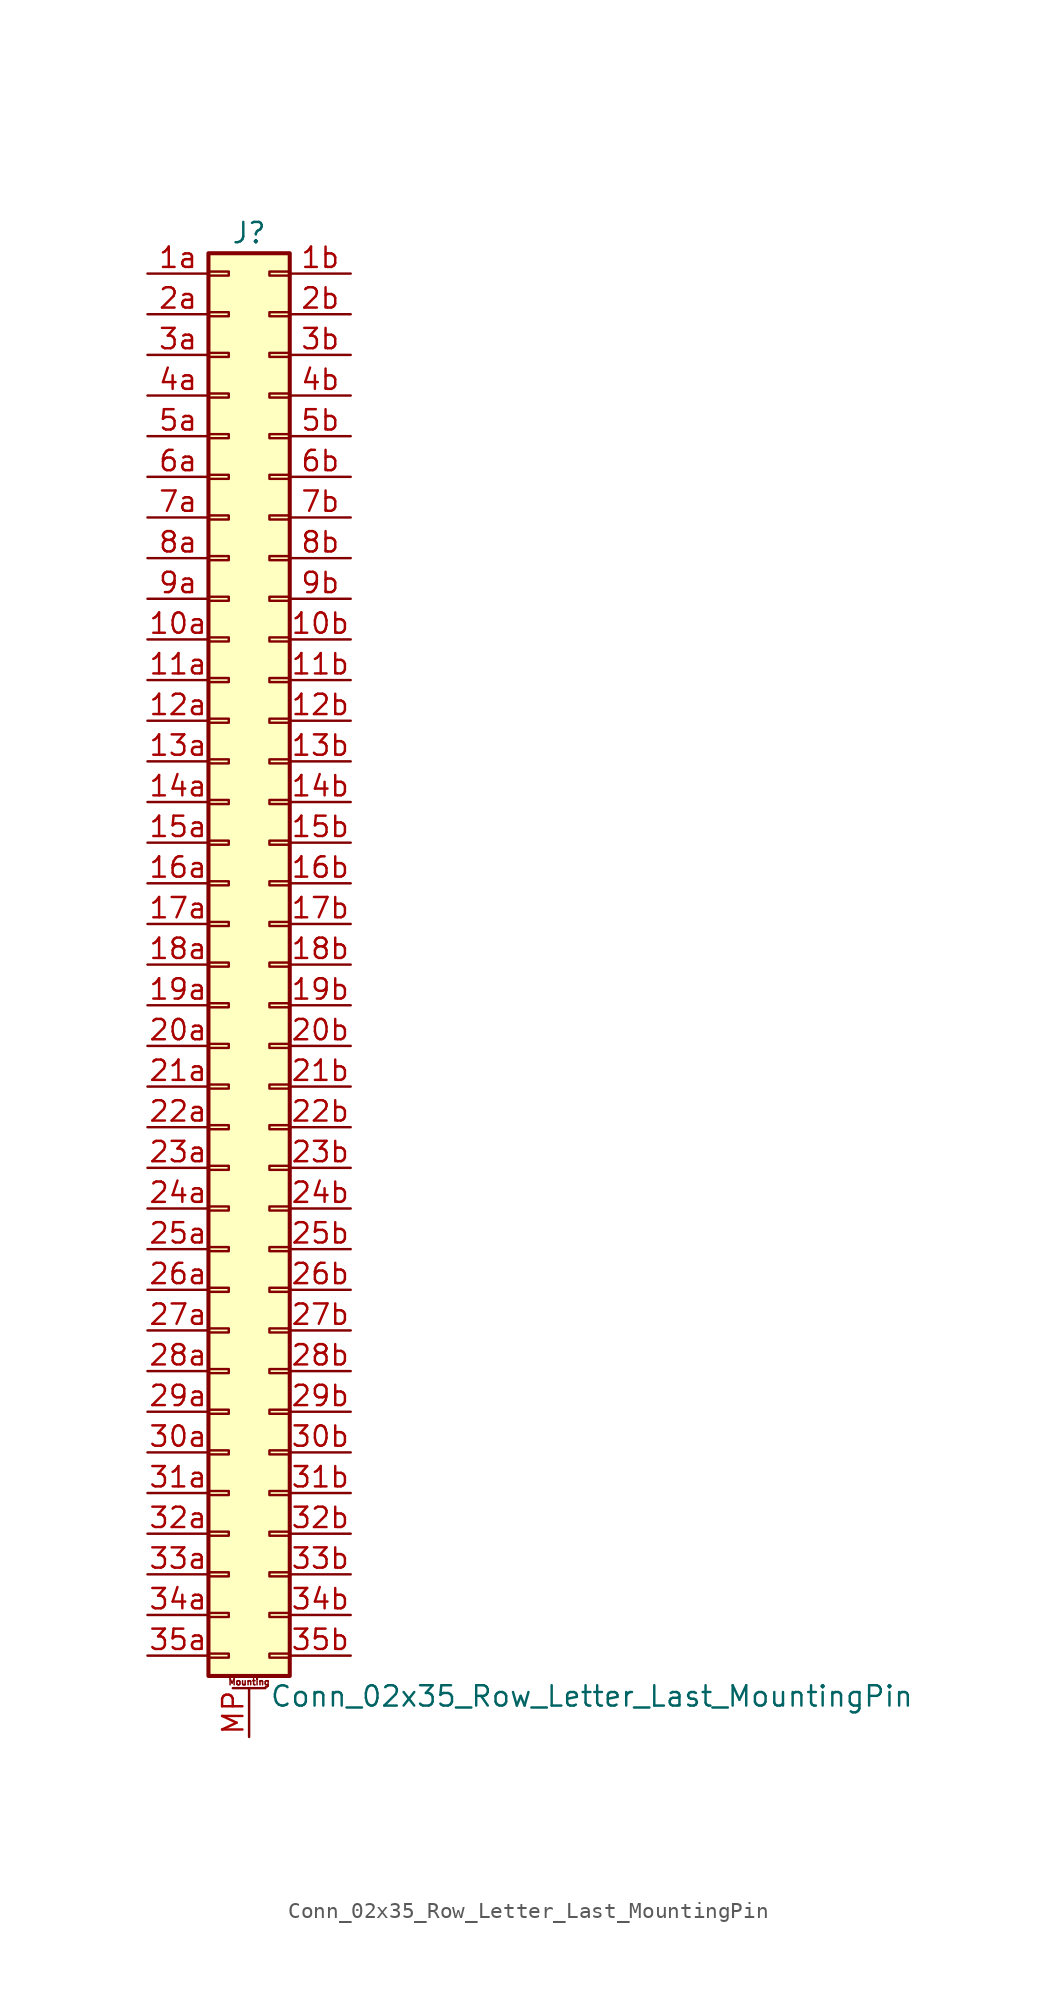
<source format=kicad_sym>
(kicad_symbol_lib
  (version 20220914)
  (generator kicad_symbol_editor)
  (symbol "Conn_02x35_Row_Letter_Last_MountingPin"
    (pin_names
      (offset 1.016) hide)
    (property "Reference" "J"
      (at 1.27 45.72 0)
      (effects (font (size 1.27 1.27))))
    (property "Value" "Conn_02x35_Row_Letter_Last_MountingPin"
      (at 2.54 -45.72 0)
      (effects (font (size 1.27 1.27)) (justify left)))
    (symbol "Conn_02x35_Row_Letter_Last_MountingPin_1_1"
      (rectangle (start -1.27 -43.053) (end 0 -43.307) (stroke (width 0.152) (type default)) (fill (type none)))
      (rectangle (start -1.27 -40.513) (end 0 -40.767) (stroke (width 0.152) (type default)) (fill (type none)))
      (rectangle (start -1.27 -37.973) (end 0 -38.227) (stroke (width 0.152) (type default)) (fill (type none)))
      (rectangle (start -1.27 -35.433) (end 0 -35.687) (stroke (width 0.152) (type default)) (fill (type none)))
      (rectangle (start -1.27 -32.893) (end 0 -33.147) (stroke (width 0.152) (type default)) (fill (type none)))
      (rectangle (start -1.27 -30.353) (end 0 -30.607) (stroke (width 0.152) (type default)) (fill (type none)))
      (rectangle (start -1.27 -27.813) (end 0 -28.067) (stroke (width 0.152) (type default)) (fill (type none)))
      (rectangle (start -1.27 -25.273) (end 0 -25.527) (stroke (width 0.152) (type default)) (fill (type none)))
      (rectangle (start -1.27 -22.733) (end 0 -22.987) (stroke (width 0.152) (type default)) (fill (type none)))
      (rectangle (start -1.27 -20.193) (end 0 -20.447) (stroke (width 0.152) (type default)) (fill (type none)))
      (rectangle (start -1.27 -17.653) (end 0 -17.907) (stroke (width 0.152) (type default)) (fill (type none)))
      (rectangle (start -1.27 -15.113) (end 0 -15.367) (stroke (width 0.152) (type default)) (fill (type none)))
      (rectangle (start -1.27 -12.573) (end 0 -12.827) (stroke (width 0.152) (type default)) (fill (type none)))
      (rectangle (start -1.27 -10.033) (end 0 -10.287) (stroke (width 0.152) (type default)) (fill (type none)))
      (rectangle (start -1.27 -7.493) (end 0 -7.747) (stroke (width 0.152) (type default)) (fill (type none)))
      (rectangle (start -1.27 -4.953) (end 0 -5.207) (stroke (width 0.152) (type default)) (fill (type none)))
      (rectangle (start -1.27 -2.413) (end 0 -2.667) (stroke (width 0.152) (type default)) (fill (type none)))
      (rectangle (start -1.27 0.127) (end 0 -0.127) (stroke (width 0.152) (type default)) (fill (type none)))
      (rectangle (start -1.27 2.667) (end 0 2.413) (stroke (width 0.152) (type default)) (fill (type none)))
      (rectangle (start -1.27 5.207) (end 0 4.953) (stroke (width 0.152) (type default)) (fill (type none)))
      (rectangle (start -1.27 7.747) (end 0 7.493) (stroke (width 0.152) (type default)) (fill (type none)))
      (rectangle (start -1.27 10.287) (end 0 10.033) (stroke (width 0.152) (type default)) (fill (type none)))
      (rectangle (start -1.27 12.827) (end 0 12.573) (stroke (width 0.152) (type default)) (fill (type none)))
      (rectangle (start -1.27 15.367) (end 0 15.113) (stroke (width 0.152) (type default)) (fill (type none)))
      (rectangle (start -1.27 17.907) (end 0 17.653) (stroke (width 0.152) (type default)) (fill (type none)))
      (rectangle (start -1.27 20.447) (end 0 20.193) (stroke (width 0.152) (type default)) (fill (type none)))
      (rectangle (start -1.27 22.987) (end 0 22.733) (stroke (width 0.152) (type default)) (fill (type none)))
      (rectangle (start -1.27 25.527) (end 0 25.273) (stroke (width 0.152) (type default)) (fill (type none)))
      (rectangle (start -1.27 28.067) (end 0 27.813) (stroke (width 0.152) (type default)) (fill (type none)))
      (rectangle (start -1.27 30.607) (end 0 30.353) (stroke (width 0.152) (type default)) (fill (type none)))
      (rectangle (start -1.27 33.147) (end 0 32.893) (stroke (width 0.152) (type default)) (fill (type none)))
      (rectangle (start -1.27 35.687) (end 0 35.433) (stroke (width 0.152) (type default)) (fill (type none)))
      (rectangle (start -1.27 38.227) (end 0 37.973) (stroke (width 0.152) (type default)) (fill (type none)))
      (rectangle (start -1.27 40.767) (end 0 40.513) (stroke (width 0.152) (type default)) (fill (type none)))
      (rectangle (start -1.27 43.307) (end 0 43.053) (stroke (width 0.152) (type default)) (fill (type none)))
      (rectangle (start -1.27 44.45) (end 3.81 -44.45) (stroke (width 0.254) (type default)) (fill (type background)))
      (polyline (pts (xy 0.254 -45.212) (xy 2.286 -45.212)) (stroke (width 0.152) (type default)) (fill (type none)))
      (rectangle (start 3.81 -43.053) (end 2.54 -43.307) (stroke (width 0.152) (type default)) (fill (type none)))
      (rectangle (start 3.81 -40.513) (end 2.54 -40.767) (stroke (width 0.152) (type default)) (fill (type none)))
      (rectangle (start 3.81 -37.973) (end 2.54 -38.227) (stroke (width 0.152) (type default)) (fill (type none)))
      (rectangle (start 3.81 -35.433) (end 2.54 -35.687) (stroke (width 0.152) (type default)) (fill (type none)))
      (rectangle (start 3.81 -32.893) (end 2.54 -33.147) (stroke (width 0.152) (type default)) (fill (type none)))
      (rectangle (start 3.81 -30.353) (end 2.54 -30.607) (stroke (width 0.152) (type default)) (fill (type none)))
      (rectangle (start 3.81 -27.813) (end 2.54 -28.067) (stroke (width 0.152) (type default)) (fill (type none)))
      (rectangle (start 3.81 -25.273) (end 2.54 -25.527) (stroke (width 0.152) (type default)) (fill (type none)))
      (rectangle (start 3.81 -22.733) (end 2.54 -22.987) (stroke (width 0.152) (type default)) (fill (type none)))
      (rectangle (start 3.81 -20.193) (end 2.54 -20.447) (stroke (width 0.152) (type default)) (fill (type none)))
      (rectangle (start 3.81 -17.653) (end 2.54 -17.907) (stroke (width 0.152) (type default)) (fill (type none)))
      (rectangle (start 3.81 -15.113) (end 2.54 -15.367) (stroke (width 0.152) (type default)) (fill (type none)))
      (rectangle (start 3.81 -12.573) (end 2.54 -12.827) (stroke (width 0.152) (type default)) (fill (type none)))
      (rectangle (start 3.81 -10.033) (end 2.54 -10.287) (stroke (width 0.152) (type default)) (fill (type none)))
      (rectangle (start 3.81 -7.493) (end 2.54 -7.747) (stroke (width 0.152) (type default)) (fill (type none)))
      (rectangle (start 3.81 -4.953) (end 2.54 -5.207) (stroke (width 0.152) (type default)) (fill (type none)))
      (rectangle (start 3.81 -2.413) (end 2.54 -2.667) (stroke (width 0.152) (type default)) (fill (type none)))
      (rectangle (start 3.81 0.127) (end 2.54 -0.127) (stroke (width 0.152) (type default)) (fill (type none)))
      (rectangle (start 3.81 2.667) (end 2.54 2.413) (stroke (width 0.152) (type default)) (fill (type none)))
      (rectangle (start 3.81 5.207) (end 2.54 4.953) (stroke (width 0.152) (type default)) (fill (type none)))
      (rectangle (start 3.81 7.747) (end 2.54 7.493) (stroke (width 0.152) (type default)) (fill (type none)))
      (rectangle (start 3.81 10.287) (end 2.54 10.033) (stroke (width 0.152) (type default)) (fill (type none)))
      (rectangle (start 3.81 12.827) (end 2.54 12.573) (stroke (width 0.152) (type default)) (fill (type none)))
      (rectangle (start 3.81 15.367) (end 2.54 15.113) (stroke (width 0.152) (type default)) (fill (type none)))
      (rectangle (start 3.81 17.907) (end 2.54 17.653) (stroke (width 0.152) (type default)) (fill (type none)))
      (rectangle (start 3.81 20.447) (end 2.54 20.193) (stroke (width 0.152) (type default)) (fill (type none)))
      (rectangle (start 3.81 22.987) (end 2.54 22.733) (stroke (width 0.152) (type default)) (fill (type none)))
      (rectangle (start 3.81 25.527) (end 2.54 25.273) (stroke (width 0.152) (type default)) (fill (type none)))
      (rectangle (start 3.81 28.067) (end 2.54 27.813) (stroke (width 0.152) (type default)) (fill (type none)))
      (rectangle (start 3.81 30.607) (end 2.54 30.353) (stroke (width 0.152) (type default)) (fill (type none)))
      (rectangle (start 3.81 33.147) (end 2.54 32.893) (stroke (width 0.152) (type default)) (fill (type none)))
      (rectangle (start 3.81 35.687) (end 2.54 35.433) (stroke (width 0.152) (type default)) (fill (type none)))
      (rectangle (start 3.81 38.227) (end 2.54 37.973) (stroke (width 0.152) (type default)) (fill (type none)))
      (rectangle (start 3.81 40.767) (end 2.54 40.513) (stroke (width 0.152) (type default)) (fill (type none)))
      (rectangle (start 3.81 43.307) (end 2.54 43.053) (stroke (width 0.152) (type default)) (fill (type none)))
      (text "Mounting" (at 1.27 -44.831 0) (effects (font (size 0.381 0.381))))
      (pin passive line (at -5.08 20.32 0) (length 3.81) (name "Pin_10a" (effects (font (size 1.27 1.27)))) (number "10a" (effects (font (size 1.27 1.27)))))
      (pin passive line (at 7.62 20.32 180) (length 3.81) (name "Pin_10b" (effects (font (size 1.27 1.27)))) (number "10b" (effects (font (size 1.27 1.27)))))
      (pin passive line (at -5.08 17.78 0) (length 3.81) (name "Pin_11a" (effects (font (size 1.27 1.27)))) (number "11a" (effects (font (size 1.27 1.27)))))
      (pin passive line (at 7.62 17.78 180) (length 3.81) (name "Pin_11b" (effects (font (size 1.27 1.27)))) (number "11b" (effects (font (size 1.27 1.27)))))
      (pin passive line (at -5.08 15.24 0) (length 3.81) (name "Pin_12a" (effects (font (size 1.27 1.27)))) (number "12a" (effects (font (size 1.27 1.27)))))
      (pin passive line (at 7.62 15.24 180) (length 3.81) (name "Pin_12b" (effects (font (size 1.27 1.27)))) (number "12b" (effects (font (size 1.27 1.27)))))
      (pin passive line (at -5.08 12.7 0) (length 3.81) (name "Pin_13a" (effects (font (size 1.27 1.27)))) (number "13a" (effects (font (size 1.27 1.27)))))
      (pin passive line (at 7.62 12.7 180) (length 3.81) (name "Pin_13b" (effects (font (size 1.27 1.27)))) (number "13b" (effects (font (size 1.27 1.27)))))
      (pin passive line (at -5.08 10.16 0) (length 3.81) (name "Pin_14a" (effects (font (size 1.27 1.27)))) (number "14a" (effects (font (size 1.27 1.27)))))
      (pin passive line (at 7.62 10.16 180) (length 3.81) (name "Pin_14b" (effects (font (size 1.27 1.27)))) (number "14b" (effects (font (size 1.27 1.27)))))
      (pin passive line (at -5.08 7.62 0) (length 3.81) (name "Pin_15a" (effects (font (size 1.27 1.27)))) (number "15a" (effects (font (size 1.27 1.27)))))
      (pin passive line (at 7.62 7.62 180) (length 3.81) (name "Pin_15b" (effects (font (size 1.27 1.27)))) (number "15b" (effects (font (size 1.27 1.27)))))
      (pin passive line (at -5.08 5.08 0) (length 3.81) (name "Pin_16a" (effects (font (size 1.27 1.27)))) (number "16a" (effects (font (size 1.27 1.27)))))
      (pin passive line (at 7.62 5.08 180) (length 3.81) (name "Pin_16b" (effects (font (size 1.27 1.27)))) (number "16b" (effects (font (size 1.27 1.27)))))
      (pin passive line (at -5.08 2.54 0) (length 3.81) (name "Pin_17a" (effects (font (size 1.27 1.27)))) (number "17a" (effects (font (size 1.27 1.27)))))
      (pin passive line (at 7.62 2.54 180) (length 3.81) (name "Pin_17b" (effects (font (size 1.27 1.27)))) (number "17b" (effects (font (size 1.27 1.27)))))
      (pin passive line (at -5.08 0 0) (length 3.81) (name "Pin_18a" (effects (font (size 1.27 1.27)))) (number "18a" (effects (font (size 1.27 1.27)))))
      (pin passive line (at 7.62 0 180) (length 3.81) (name "Pin_18b" (effects (font (size 1.27 1.27)))) (number "18b" (effects (font (size 1.27 1.27)))))
      (pin passive line (at -5.08 -2.54 0) (length 3.81) (name "Pin_19a" (effects (font (size 1.27 1.27)))) (number "19a" (effects (font (size 1.27 1.27)))))
      (pin passive line (at 7.62 -2.54 180) (length 3.81) (name "Pin_19b" (effects (font (size 1.27 1.27)))) (number "19b" (effects (font (size 1.27 1.27)))))
      (pin passive line (at -5.08 43.18 0) (length 3.81) (name "Pin_1a" (effects (font (size 1.27 1.27)))) (number "1a" (effects (font (size 1.27 1.27)))))
      (pin passive line (at 7.62 43.18 180) (length 3.81) (name "Pin_1b" (effects (font (size 1.27 1.27)))) (number "1b" (effects (font (size 1.27 1.27)))))
      (pin passive line (at -5.08 -5.08 0) (length 3.81) (name "Pin_20a" (effects (font (size 1.27 1.27)))) (number "20a" (effects (font (size 1.27 1.27)))))
      (pin passive line (at 7.62 -5.08 180) (length 3.81) (name "Pin_20b" (effects (font (size 1.27 1.27)))) (number "20b" (effects (font (size 1.27 1.27)))))
      (pin passive line (at -5.08 -7.62 0) (length 3.81) (name "Pin_21a" (effects (font (size 1.27 1.27)))) (number "21a" (effects (font (size 1.27 1.27)))))
      (pin passive line (at 7.62 -7.62 180) (length 3.81) (name "Pin_21b" (effects (font (size 1.27 1.27)))) (number "21b" (effects (font (size 1.27 1.27)))))
      (pin passive line (at -5.08 -10.16 0) (length 3.81) (name "Pin_22a" (effects (font (size 1.27 1.27)))) (number "22a" (effects (font (size 1.27 1.27)))))
      (pin passive line (at 7.62 -10.16 180) (length 3.81) (name "Pin_22b" (effects (font (size 1.27 1.27)))) (number "22b" (effects (font (size 1.27 1.27)))))
      (pin passive line (at -5.08 -12.7 0) (length 3.81) (name "Pin_23a" (effects (font (size 1.27 1.27)))) (number "23a" (effects (font (size 1.27 1.27)))))
      (pin passive line (at 7.62 -12.7 180) (length 3.81) (name "Pin_23b" (effects (font (size 1.27 1.27)))) (number "23b" (effects (font (size 1.27 1.27)))))
      (pin passive line (at -5.08 -15.24 0) (length 3.81) (name "Pin_24a" (effects (font (size 1.27 1.27)))) (number "24a" (effects (font (size 1.27 1.27)))))
      (pin passive line (at 7.62 -15.24 180) (length 3.81) (name "Pin_24b" (effects (font (size 1.27 1.27)))) (number "24b" (effects (font (size 1.27 1.27)))))
      (pin passive line (at -5.08 -17.78 0) (length 3.81) (name "Pin_25a" (effects (font (size 1.27 1.27)))) (number "25a" (effects (font (size 1.27 1.27)))))
      (pin passive line (at 7.62 -17.78 180) (length 3.81) (name "Pin_25b" (effects (font (size 1.27 1.27)))) (number "25b" (effects (font (size 1.27 1.27)))))
      (pin passive line (at -5.08 -20.32 0) (length 3.81) (name "Pin_26a" (effects (font (size 1.27 1.27)))) (number "26a" (effects (font (size 1.27 1.27)))))
      (pin passive line (at 7.62 -20.32 180) (length 3.81) (name "Pin_26b" (effects (font (size 1.27 1.27)))) (number "26b" (effects (font (size 1.27 1.27)))))
      (pin passive line (at -5.08 -22.86 0) (length 3.81) (name "Pin_27a" (effects (font (size 1.27 1.27)))) (number "27a" (effects (font (size 1.27 1.27)))))
      (pin passive line (at 7.62 -22.86 180) (length 3.81) (name "Pin_27b" (effects (font (size 1.27 1.27)))) (number "27b" (effects (font (size 1.27 1.27)))))
      (pin passive line (at -5.08 -25.4 0) (length 3.81) (name "Pin_28a" (effects (font (size 1.27 1.27)))) (number "28a" (effects (font (size 1.27 1.27)))))
      (pin passive line (at 7.62 -25.4 180) (length 3.81) (name "Pin_28b" (effects (font (size 1.27 1.27)))) (number "28b" (effects (font (size 1.27 1.27)))))
      (pin passive line (at -5.08 -27.94 0) (length 3.81) (name "Pin_29a" (effects (font (size 1.27 1.27)))) (number "29a" (effects (font (size 1.27 1.27)))))
      (pin passive line (at 7.62 -27.94 180) (length 3.81) (name "Pin_29b" (effects (font (size 1.27 1.27)))) (number "29b" (effects (font (size 1.27 1.27)))))
      (pin passive line (at -5.08 40.64 0) (length 3.81) (name "Pin_2a" (effects (font (size 1.27 1.27)))) (number "2a" (effects (font (size 1.27 1.27)))))
      (pin passive line (at 7.62 40.64 180) (length 3.81) (name "Pin_2b" (effects (font (size 1.27 1.27)))) (number "2b" (effects (font (size 1.27 1.27)))))
      (pin passive line (at -5.08 -30.48 0) (length 3.81) (name "Pin_30a" (effects (font (size 1.27 1.27)))) (number "30a" (effects (font (size 1.27 1.27)))))
      (pin passive line (at 7.62 -30.48 180) (length 3.81) (name "Pin_30b" (effects (font (size 1.27 1.27)))) (number "30b" (effects (font (size 1.27 1.27)))))
      (pin passive line (at -5.08 -33.02 0) (length 3.81) (name "Pin_31a" (effects (font (size 1.27 1.27)))) (number "31a" (effects (font (size 1.27 1.27)))))
      (pin passive line (at 7.62 -33.02 180) (length 3.81) (name "Pin_31b" (effects (font (size 1.27 1.27)))) (number "31b" (effects (font (size 1.27 1.27)))))
      (pin passive line (at -5.08 -35.56 0) (length 3.81) (name "Pin_32a" (effects (font (size 1.27 1.27)))) (number "32a" (effects (font (size 1.27 1.27)))))
      (pin passive line (at 7.62 -35.56 180) (length 3.81) (name "Pin_32b" (effects (font (size 1.27 1.27)))) (number "32b" (effects (font (size 1.27 1.27)))))
      (pin passive line (at -5.08 -38.1 0) (length 3.81) (name "Pin_33a" (effects (font (size 1.27 1.27)))) (number "33a" (effects (font (size 1.27 1.27)))))
      (pin passive line (at 7.62 -38.1 180) (length 3.81) (name "Pin_33b" (effects (font (size 1.27 1.27)))) (number "33b" (effects (font (size 1.27 1.27)))))
      (pin passive line (at -5.08 -40.64 0) (length 3.81) (name "Pin_34a" (effects (font (size 1.27 1.27)))) (number "34a" (effects (font (size 1.27 1.27)))))
      (pin passive line (at 7.62 -40.64 180) (length 3.81) (name "Pin_34b" (effects (font (size 1.27 1.27)))) (number "34b" (effects (font (size 1.27 1.27)))))
      (pin passive line (at -5.08 -43.18 0) (length 3.81) (name "Pin_35a" (effects (font (size 1.27 1.27)))) (number "35a" (effects (font (size 1.27 1.27)))))
      (pin passive line (at 7.62 -43.18 180) (length 3.81) (name "Pin_35b" (effects (font (size 1.27 1.27)))) (number "35b" (effects (font (size 1.27 1.27)))))
      (pin passive line (at -5.08 38.1 0) (length 3.81) (name "Pin_3a" (effects (font (size 1.27 1.27)))) (number "3a" (effects (font (size 1.27 1.27)))))
      (pin passive line (at 7.62 38.1 180) (length 3.81) (name "Pin_3b" (effects (font (size 1.27 1.27)))) (number "3b" (effects (font (size 1.27 1.27)))))
      (pin passive line (at -5.08 35.56 0) (length 3.81) (name "Pin_4a" (effects (font (size 1.27 1.27)))) (number "4a" (effects (font (size 1.27 1.27)))))
      (pin passive line (at 7.62 35.56 180) (length 3.81) (name "Pin_4b" (effects (font (size 1.27 1.27)))) (number "4b" (effects (font (size 1.27 1.27)))))
      (pin passive line (at -5.08 33.02 0) (length 3.81) (name "Pin_5a" (effects (font (size 1.27 1.27)))) (number "5a" (effects (font (size 1.27 1.27)))))
      (pin passive line (at 7.62 33.02 180) (length 3.81) (name "Pin_5b" (effects (font (size 1.27 1.27)))) (number "5b" (effects (font (size 1.27 1.27)))))
      (pin passive line (at -5.08 30.48 0) (length 3.81) (name "Pin_6a" (effects (font (size 1.27 1.27)))) (number "6a" (effects (font (size 1.27 1.27)))))
      (pin passive line (at 7.62 30.48 180) (length 3.81) (name "Pin_6b" (effects (font (size 1.27 1.27)))) (number "6b" (effects (font (size 1.27 1.27)))))
      (pin passive line (at -5.08 27.94 0) (length 3.81) (name "Pin_7a" (effects (font (size 1.27 1.27)))) (number "7a" (effects (font (size 1.27 1.27)))))
      (pin passive line (at 7.62 27.94 180) (length 3.81) (name "Pin_7b" (effects (font (size 1.27 1.27)))) (number "7b" (effects (font (size 1.27 1.27)))))
      (pin passive line (at -5.08 25.4 0) (length 3.81) (name "Pin_8a" (effects (font (size 1.27 1.27)))) (number "8a" (effects (font (size 1.27 1.27)))))
      (pin passive line (at 7.62 25.4 180) (length 3.81) (name "Pin_8b" (effects (font (size 1.27 1.27)))) (number "8b" (effects (font (size 1.27 1.27)))))
      (pin passive line (at -5.08 22.86 0) (length 3.81) (name "Pin_9a" (effects (font (size 1.27 1.27)))) (number "9a" (effects (font (size 1.27 1.27)))))
      (pin passive line (at 7.62 22.86 180) (length 3.81) (name "Pin_9b" (effects (font (size 1.27 1.27)))) (number "9b" (effects (font (size 1.27 1.27)))))
      (pin passive line (at 1.27 -48.26 90) (length 3.048) (name "MountPin" (effects (font (size 1.27 1.27)))) (number "MP" (effects (font (size 1.27 1.27))))))))
</source>
